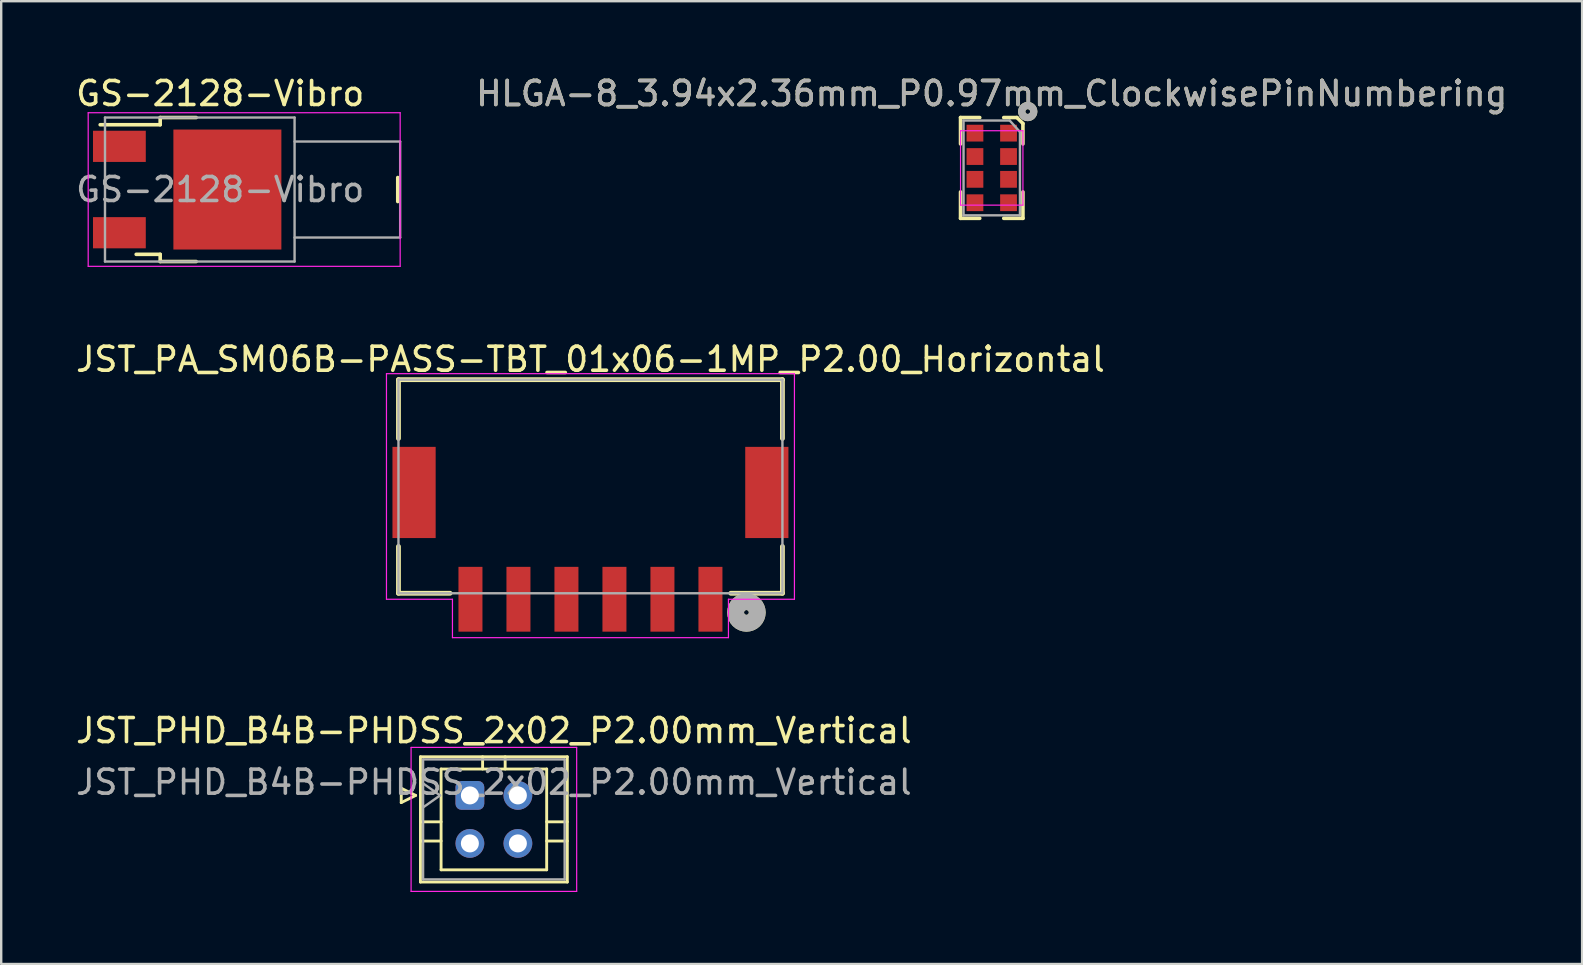
<source format=kicad_pcb>
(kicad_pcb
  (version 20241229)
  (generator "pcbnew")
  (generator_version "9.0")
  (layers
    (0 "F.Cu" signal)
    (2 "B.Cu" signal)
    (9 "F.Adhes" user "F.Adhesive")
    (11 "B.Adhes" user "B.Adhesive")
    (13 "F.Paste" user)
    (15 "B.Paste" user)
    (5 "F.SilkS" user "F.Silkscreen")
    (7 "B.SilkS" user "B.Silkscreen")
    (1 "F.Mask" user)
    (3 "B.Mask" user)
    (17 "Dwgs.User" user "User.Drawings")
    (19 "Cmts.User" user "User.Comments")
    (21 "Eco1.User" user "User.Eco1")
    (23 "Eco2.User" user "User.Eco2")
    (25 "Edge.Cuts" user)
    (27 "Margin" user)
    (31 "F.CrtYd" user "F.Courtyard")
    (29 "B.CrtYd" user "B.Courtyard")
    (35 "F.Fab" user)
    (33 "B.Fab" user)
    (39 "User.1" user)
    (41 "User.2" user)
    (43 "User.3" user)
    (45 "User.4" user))
  (footprint "JST_PA_SM06B-PASS-TBT_01x06-1MP_P2.00_Horizontal"
    (layer "F.Cu")
    (at 21.554 18.021)
    (property "Reference" "JST_PA_SM06B-PASS-TBT_01x06-1MP_P2.00_Horizontal" (at 0 -6.1 0) (layer "F.SilkS") (effects (font (size 1 1) (thickness 0.15))))
    (attr smd)
    (fp_line (start -8 -5.25) (end 8 -5.25) (stroke (width 0.2) (type solid)) (layer "F.SilkS"))
    (fp_line (start -8 -2.8) (end -8 -5.25) (stroke (width 0.2) (type solid)) (layer "F.SilkS"))
    (fp_line (start -8 1.7) (end -8 3.65) (stroke (width 0.2) (type solid)) (layer "F.SilkS"))
    (fp_line (start -8 3.65) (end -5.85 3.65) (stroke (width 0.2) (type solid)) (layer "F.SilkS"))
    (fp_line (start 8 -5.25) (end 8 -2.8) (stroke (width 0.2) (type solid)) (layer "F.SilkS"))
    (fp_line (start 8 1.7) (end 8 3.65) (stroke (width 0.2) (type solid)) (layer "F.SilkS"))
    (fp_line (start 8 3.65) (end 5.85 3.65) (stroke (width 0.2) (type solid)) (layer "F.SilkS"))
    (fp_circle (center 6.5 4.45) (end 6.6 4.45) (stroke (width 0.7) (type solid)) (fill no) (layer "F.SilkS"))
    (fp_line (start -8.5 -5.5) (end -8.5 3.9) (stroke (width 0.05) (type solid)) (layer "F.CrtYd"))
    (fp_line (start -8.5 3.9) (end -5.75 3.9) (stroke (width 0.05) (type solid)) (layer "F.CrtYd"))
    (fp_line (start -5.75 3.9) (end -5.75 5.5) (stroke (width 0.05) (type solid)) (layer "F.CrtYd"))
    (fp_line (start -5.75 5.5) (end 5.75 5.5) (stroke (width 0.05) (type solid)) (layer "F.CrtYd"))
    (fp_line (start 5.75 3.9) (end 8.5 3.9) (stroke (width 0.05) (type solid)) (layer "F.CrtYd"))
    (fp_line (start 5.75 5.5) (end 5.75 3.9) (stroke (width 0.05) (type solid)) (layer "F.CrtYd"))
    (fp_line (start 8.5 -5.5) (end -8.5 -5.5) (stroke (width 0.05) (type solid)) (layer "F.CrtYd"))
    (fp_line (start 8.5 3.9) (end 8.5 -5.5) (stroke (width 0.05) (type solid)) (layer "F.CrtYd"))
    (fp_line (start -8 -5.25) (end -8 3.65) (stroke (width 0.1) (type solid)) (layer "F.Fab"))
    (fp_line (start -8 -5.25) (end 8 -5.25) (stroke (width 0.1) (type solid)) (layer "F.Fab"))
    (fp_line (start -8 3.65) (end 8 3.65) (stroke (width 0.1) (type solid)) (layer "F.Fab"))
    (fp_line (start 8 3.65) (end 8 -5.25) (stroke (width 0.1) (type solid)) (layer "F.Fab"))
    (fp_circle (center 6.5 4.45) (end 6.6 4.45) (stroke (width 0.7) (type solid)) (fill no) (layer "F.Fab"))
    (pad "1" smd rect (at 5 3.9) (size 1 2.7) (layers "F.Cu" "F.Mask" "F.Paste"))
    (pad "2" smd rect (at 3 3.9) (size 1 2.7) (layers "F.Cu" "F.Mask" "F.Paste"))
    (pad "3" smd rect (at 1 3.9) (size 1 2.7) (layers "F.Cu" "F.Mask" "F.Paste"))
    (pad "4" smd rect (at -1 3.9) (size 1 2.7) (layers "F.Cu" "F.Mask" "F.Paste"))
    (pad "5" smd rect (at -3 3.9) (size 1 2.7) (layers "F.Cu" "F.Mask" "F.Paste"))
    (pad "6" smd rect (at -5 3.9) (size 1 2.7) (layers "F.Cu" "F.Mask" "F.Paste"))
    (pad "S1" smd rect (at 7.35 -0.55) (size 1.8 3.8) (layers "F.Cu" "F.Mask" "F.Paste"))
    (pad "S2" smd rect (at -7.35 -0.55) (size 1.8 3.8) (layers "F.Cu" "F.Mask" "F.Paste")))
  (footprint "GS-2128-Vibro"
    (layer "F.Cu")
    (at 6.125 4.848)
    (property "Reference" "GS-2128-Vibro" (at 0 -4 0) (layer "F.SilkS") (effects (font (size 1 1) (thickness 0.15))))
    (attr smd)
    (fp_line (start -2.5 -3) (end -2.5 -2.7) (stroke (width 0.15) (type solid)) (layer "F.SilkS"))
    (fp_line (start -2.5 -2.7) (end -5 -2.7) (stroke (width 0.15) (type solid)) (layer "F.SilkS"))
    (fp_line (start -2.5 2.7) (end -3.5 2.7) (stroke (width 0.15) (type solid)) (layer "F.SilkS"))
    (fp_line (start -2.5 3) (end -2.5 2.7) (stroke (width 0.15) (type solid)) (layer "F.SilkS"))
    (fp_line (start -1 -3) (end -2.5 -3) (stroke (width 0.15) (type solid)) (layer "F.SilkS"))
    (fp_line (start -1 3) (end -2.5 3) (stroke (width 0.15) (type solid)) (layer "F.SilkS"))
    (fp_line (start 7.4 -0.5) (end 7.4 0.5) (stroke (width 0.15) (type solid)) (layer "F.SilkS"))
    (fp_line (start -5.5 -3.2) (end -5.5 3.2) (stroke (width 0.05) (type solid)) (layer "F.CrtYd"))
    (fp_line (start -5.5 3.2) (end 7.5 3.2) (stroke (width 0.05) (type solid)) (layer "F.CrtYd"))
    (fp_line (start 7.5 -3.2) (end -5.5 -3.2) (stroke (width 0.05) (type solid)) (layer "F.CrtYd"))
    (fp_line (start 7.5 3.2) (end 7.5 -3.2) (stroke (width 0.05) (type solid)) (layer "F.CrtYd"))
    (fp_line (start -4.8 -3) (end 3.1 -3) (stroke (width 0.1) (type solid)) (layer "F.Fab"))
    (fp_line (start -4.8 3) (end -4.8 -3) (stroke (width 0.1) (type solid)) (layer "F.Fab"))
    (fp_line (start 3.1 -3) (end 3.1 3) (stroke (width 0.1) (type solid)) (layer "F.Fab"))
    (fp_line (start 3.1 -2) (end 7.5 -2) (stroke (width 0.1) (type solid)) (layer "F.Fab"))
    (fp_line (start 3.1 3) (end -4.8 3) (stroke (width 0.1) (type solid)) (layer "F.Fab"))
    (fp_line (start 7.5 -2) (end 7.5 2) (stroke (width 0.1) (type solid)) (layer "F.Fab"))
    (fp_line (start 7.5 2) (end 3.1 2) (stroke (width 0.1) (type solid)) (layer "F.Fab"))
    (fp_text user "${REFERENCE}" (at 0 0 0) (layer "F.Fab") (effects (font (size 1 1) (thickness 0.15))))
    (pad "" smd rect (at -0.85 -1.3) (size 2 2) (layers "F.Paste"))
    (pad "" smd rect (at -0.85 1.3) (size 2 2) (layers "F.Paste"))
    (pad "" smd rect (at 0.3 0) (size 4.5 5) (layers "F.Cu" "F.Mask"))
    (pad "" smd rect (at 1.45 -1.3) (size 2 2) (layers "F.Paste"))
    (pad "" smd rect (at 1.45 1.3) (size 2 2) (layers "F.Paste"))
    (pad "1" smd rect (at -4.2 -1.8) (size 2.2 1.3) (layers "F.Cu" "F.Mask" "F.Paste"))
    (pad "2" smd rect (at -4.2 1.8) (size 2.2 1.3) (layers "F.Cu" "F.Mask" "F.Paste")))
  (footprint "HLGA-8_3.94x2.36mm_P0.97mm_ClockwisePinNumbering"
    (layer "F.Cu")
    (at 38.276 3.948)
    (property "Reference" "HLGA-8_3.94x2.36mm_P0.97mm_ClockwisePinNumbering" (at 0 -3.1 0) (layer "F.SilkS") (effects (font (size 1 1) (thickness 0.15))))
    (attr smd)
    (fp_line (start -1.3 -2.1) (end -1.3 -1) (stroke (width 0.15) (type solid)) (layer "F.SilkS"))
    (fp_line (start -1.3 -2.1) (end -0.5 -2.1) (stroke (width 0.15) (type solid)) (layer "F.SilkS"))
    (fp_line (start -1.3 2.1) (end -1.3 1) (stroke (width 0.15) (type solid)) (layer "F.SilkS"))
    (fp_line (start -0.5 2.1) (end -1.3 2.1) (stroke (width 0.15) (type solid)) (layer "F.SilkS"))
    (fp_line (start 0.5 -2.1) (end 1.05 -2.1) (stroke (width 0.15) (type solid)) (layer "F.SilkS"))
    (fp_line (start 1.05 -2.1) (end 1.3 -1.85) (stroke (width 0.15) (type solid)) (layer "F.SilkS"))
    (fp_line (start 1.3 -1.85) (end 1.3 -1) (stroke (width 0.15) (type solid)) (layer "F.SilkS"))
    (fp_line (start 1.3 2.1) (end 0.5 2.1) (stroke (width 0.15) (type solid)) (layer "F.SilkS"))
    (fp_line (start 1.3 2.1) (end 1.3 1) (stroke (width 0.15) (type solid)) (layer "F.SilkS"))
    (fp_circle (center 1.5 -2.35) (end 1.6 -2.35) (stroke (width 0.3) (type solid)) (fill no) (layer "F.SilkS"))
    (fp_line (start -1.3 -1.55) (end 1.3 -1.55) (stroke (width 0.05) (type solid)) (layer "F.CrtYd"))
    (fp_line (start -1.3 1.55) (end -1.3 -1.55) (stroke (width 0.05) (type solid)) (layer "F.CrtYd"))
    (fp_line (start 1.3 -1.55) (end 1.3 1.55) (stroke (width 0.05) (type solid)) (layer "F.CrtYd"))
    (fp_line (start 1.3 1.55) (end -1.3 1.55) (stroke (width 0.05) (type solid)) (layer "F.CrtYd"))
    (fp_line (start -1.175 -1.975) (end -1.175 1.975) (stroke (width 0.1) (type solid)) (layer "F.Fab"))
    (fp_line (start -1.175 -1.975) (end 0.75 -1.975) (stroke (width 0.1) (type solid)) (layer "F.Fab"))
    (fp_line (start 1.175 -1.5) (end 0.75 -1.975) (stroke (width 0.1) (type solid)) (layer "F.Fab"))
    (fp_line (start 1.175 1.975) (end -1.175 1.975) (stroke (width 0.1) (type solid)) (layer "F.Fab"))
    (fp_line (start 1.175 1.975) (end 1.175 -1.5) (stroke (width 0.1) (type solid)) (layer "F.Fab"))
    (fp_circle (center 1.5 -2.35) (end 1.6 -2.35) (stroke (width 0.3) (type solid)) (fill no) (layer "F.Fab"))
    (fp_text user "${REFERENCE}" (at 0 -3.1 0) (layer "F.Fab") (effects (font (size 1 1) (thickness 0.15))))
    (pad "1" smd rect (at 0.7 -1.45) (size 0.7 0.7) (layers "F.Cu" "F.Mask" "F.Paste"))
    (pad "2" smd rect (at 0.7 -0.475) (size 0.7 0.7) (layers "F.Cu" "F.Mask" "F.Paste"))
    (pad "3" smd rect (at 0.7 0.475) (size 0.7 0.7) (layers "F.Cu" "F.Mask" "F.Paste"))
    (pad "4" smd rect (at 0.7 1.45) (size 0.7 0.7) (layers "F.Cu" "F.Mask" "F.Paste"))
    (pad "5" smd rect (at -0.7 1.45) (size 0.7 0.7) (layers "F.Cu" "F.Mask" "F.Paste"))
    (pad "6" smd rect (at -0.7 0.475) (size 0.7 0.7) (layers "F.Cu" "F.Mask" "F.Paste"))
    (pad "7" smd rect (at -0.7 -0.475) (size 0.7 0.7) (layers "F.Cu" "F.Mask" "F.Paste"))
    (pad "8" smd rect (at -0.7 -1.45) (size 0.7 0.7) (layers "F.Cu" "F.Mask" "F.Paste")))
  (footprint "JST_PHD_B4B-PHDSS_2x02_P2.00mm_Vertical"
    (layer "F.Cu")
    (at 16.53 30.095)
    (property "Reference" "JST_PHD_B4B-PHDSS_2x02_P2.00mm_Vertical" (at 1 -2.7 0) (layer "F.SilkS") (effects (font (size 1 1) (thickness 0.15))))
    (attr through_hole)
    (fp_line (start -2.86 -0.3) (end -2.26 0) (stroke (width 0.12) (type solid)) (layer "F.SilkS"))
    (fp_line (start -2.86 0.3) (end -2.86 -0.3) (stroke (width 0.12) (type solid)) (layer "F.SilkS"))
    (fp_line (start -2.26 0) (end -2.86 0.3) (stroke (width 0.12) (type solid)) (layer "F.SilkS"))
    (fp_line (start -2.06 -1.61) (end -2.06 3.61) (stroke (width 0.12) (type solid)) (layer "F.SilkS"))
    (fp_line (start -2.06 1.1) (end -1.2 1.1) (stroke (width 0.12) (type solid)) (layer "F.SilkS"))
    (fp_line (start -2.06 1.9) (end -1.2 1.9) (stroke (width 0.12) (type solid)) (layer "F.SilkS"))
    (fp_line (start -2.06 3.61) (end 4.06 3.61) (stroke (width 0.12) (type solid)) (layer "F.SilkS"))
    (fp_line (start -1.2 -1.1) (end -1.2 3.1) (stroke (width 0.12) (type solid)) (layer "F.SilkS"))
    (fp_line (start -1.2 3.1) (end 3.2 3.1) (stroke (width 0.12) (type solid)) (layer "F.SilkS"))
    (fp_line (start 0.53 -1.61) (end 0.53 -1.1) (stroke (width 0.12) (type solid)) (layer "F.SilkS"))
    (fp_line (start 1.47 -1.61) (end 1.47 -1.1) (stroke (width 0.12) (type solid)) (layer "F.SilkS"))
    (fp_line (start 3.2 -1.1) (end -1.2 -1.1) (stroke (width 0.12) (type solid)) (layer "F.SilkS"))
    (fp_line (start 3.2 3.1) (end 3.2 -1.1) (stroke (width 0.12) (type solid)) (layer "F.SilkS"))
    (fp_line (start 4.06 -1.61) (end -2.06 -1.61) (stroke (width 0.12) (type solid)) (layer "F.SilkS"))
    (fp_line (start 4.06 1.1) (end 3.2 1.1) (stroke (width 0.12) (type solid)) (layer "F.SilkS"))
    (fp_line (start 4.06 1.9) (end 3.2 1.9) (stroke (width 0.12) (type solid)) (layer "F.SilkS"))
    (fp_line (start 4.06 3.61) (end 4.06 -1.61) (stroke (width 0.12) (type solid)) (layer "F.SilkS"))
    (fp_line (start -2.45 -2) (end -2.45 4) (stroke (width 0.05) (type solid)) (layer "F.CrtYd"))
    (fp_line (start -2.45 4) (end 4.45 4) (stroke (width 0.05) (type solid)) (layer "F.CrtYd"))
    (fp_line (start 4.45 -2) (end -2.45 -2) (stroke (width 0.05) (type solid)) (layer "F.CrtYd"))
    (fp_line (start 4.45 4) (end 4.45 -2) (stroke (width 0.05) (type solid)) (layer "F.CrtYd"))
    (fp_line (start -1.95 -1.5) (end -1.95 3.5) (stroke (width 0.1) (type solid)) (layer "F.Fab"))
    (fp_line (start -1.95 0.5) (end -1.243 0) (stroke (width 0.1) (type solid)) (layer "F.Fab"))
    (fp_line (start -1.95 3.5) (end 3.95 3.5) (stroke (width 0.1) (type solid)) (layer "F.Fab"))
    (fp_line (start -1.243 0) (end -1.95 -0.5) (stroke (width 0.1) (type solid)) (layer "F.Fab"))
    (fp_line (start 3.95 -1.5) (end -1.95 -1.5) (stroke (width 0.1) (type solid)) (layer "F.Fab"))
    (fp_line (start 3.95 3.5) (end 3.95 -1.5) (stroke (width 0.1) (type solid)) (layer "F.Fab"))
    (fp_text user "${REFERENCE}" (at 1 -0.55 0) (layer "F.Fab") (effects (font (size 1 1) (thickness 0.15))))
    (pad "1" thru_hole roundrect (at 0 0) (size 1.2 1.2) (drill 0.75) (layers "*.Cu" "*.Mask") (roundrect_rratio 0.208))
    (pad "2" thru_hole circle (at 0 2) (size 1.2 1.2) (drill 0.75) (layers "*.Cu" "*.Mask"))
    (pad "3" thru_hole circle (at 2 0) (size 1.2 1.2) (drill 0.75) (layers "*.Cu" "*.Mask"))
    (pad "4" thru_hole circle (at 2 2) (size 1.2 1.2) (drill 0.75) (layers "*.Cu" "*.Mask")))
  (gr_rect
    (start -3 -3)
    (end 62.877 37.12)
    (stroke (width 0.1) (type default))
    (fill no)
    (layer "Edge.Cuts")))
</source>
